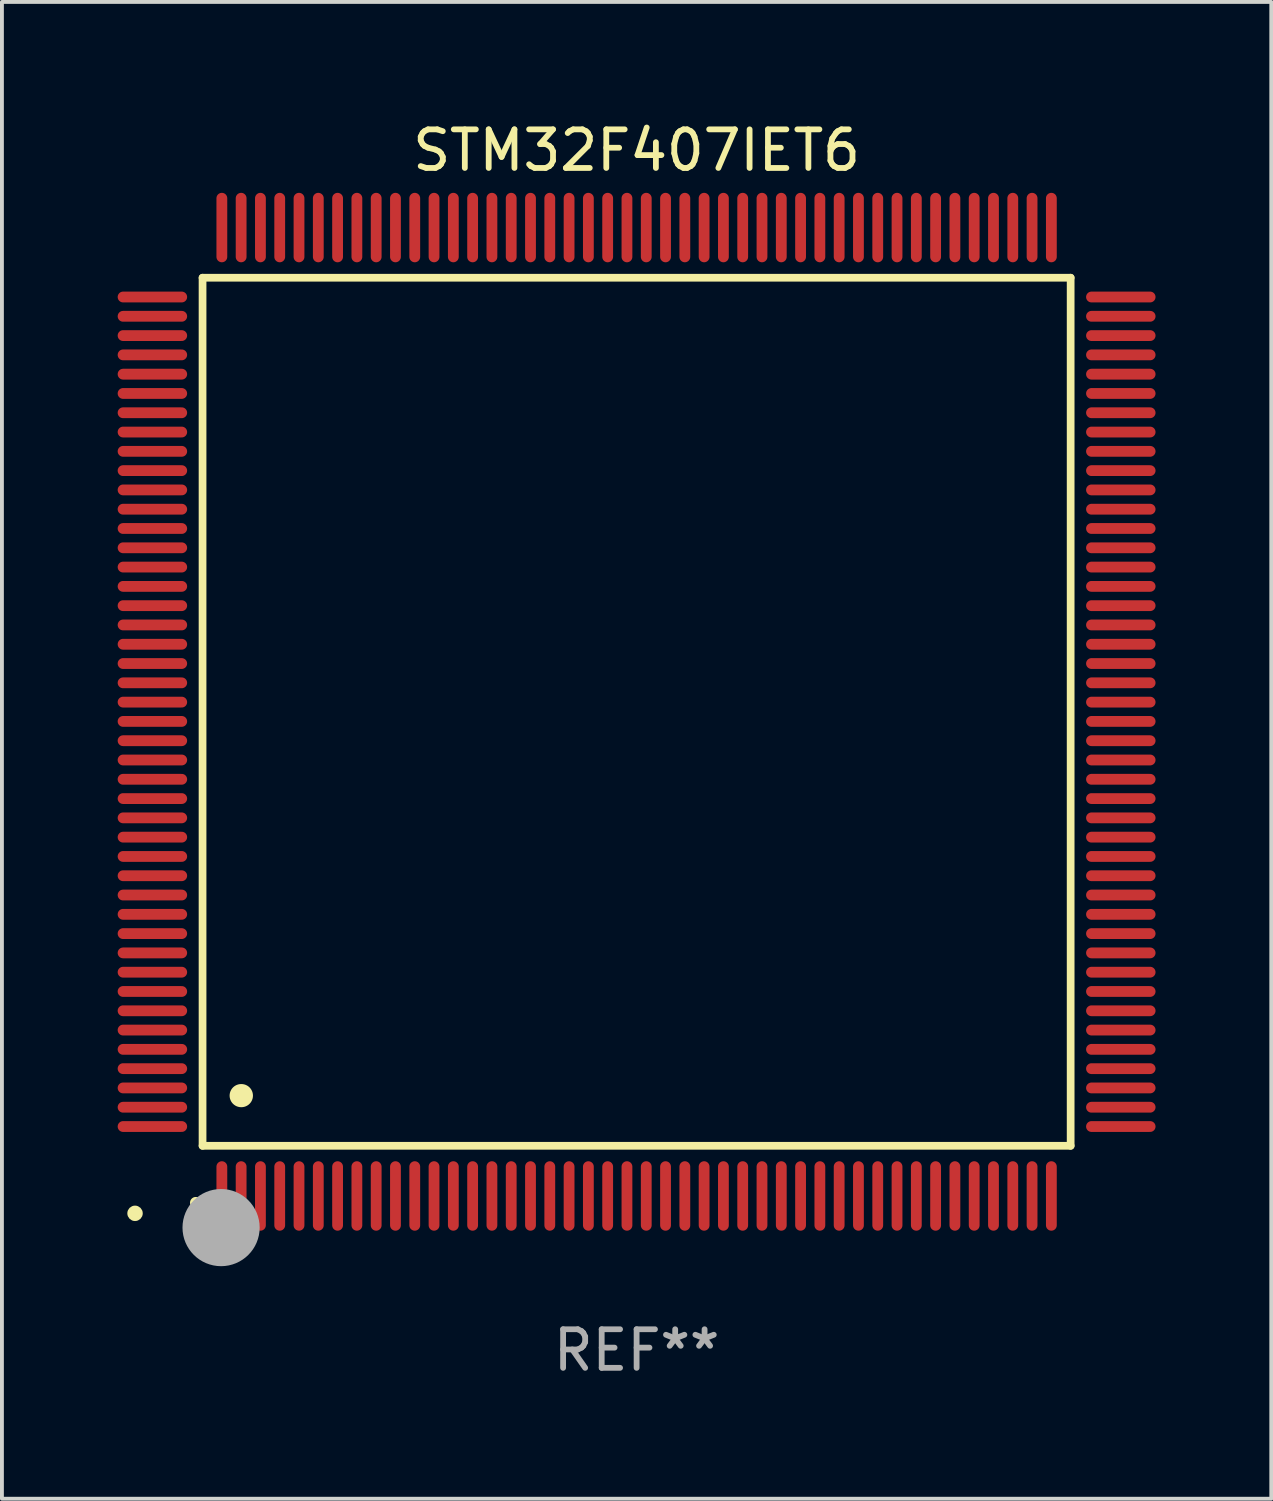
<source format=kicad_pcb>
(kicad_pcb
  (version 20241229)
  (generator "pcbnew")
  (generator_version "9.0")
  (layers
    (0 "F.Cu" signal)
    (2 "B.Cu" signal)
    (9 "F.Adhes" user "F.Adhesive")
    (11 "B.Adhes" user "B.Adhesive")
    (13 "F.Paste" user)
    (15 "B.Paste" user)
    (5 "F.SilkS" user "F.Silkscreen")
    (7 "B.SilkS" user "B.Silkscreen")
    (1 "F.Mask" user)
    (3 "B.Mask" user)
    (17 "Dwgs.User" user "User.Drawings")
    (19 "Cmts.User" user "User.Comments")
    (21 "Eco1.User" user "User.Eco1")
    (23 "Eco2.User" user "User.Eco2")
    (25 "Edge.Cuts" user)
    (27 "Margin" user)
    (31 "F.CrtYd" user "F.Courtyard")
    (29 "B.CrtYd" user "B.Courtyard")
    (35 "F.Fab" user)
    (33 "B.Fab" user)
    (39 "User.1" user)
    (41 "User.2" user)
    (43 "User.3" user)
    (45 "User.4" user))
  (footprint "STM32F407IET6"
    (layer "F.Cu")
    (at 13.45 15.398)
    (property "Reference" "STM32F407IET6" (at 0 -14.55 0) (layer "F.SilkS") (effects (font (size 1 1) (thickness 0.15))))
    (attr through_hole)
    (fp_line (start -11.25 -11.25) (end 11.25 -11.25) (stroke (width 0.2) (type solid)) (layer "F.SilkS"))
    (fp_line (start -11.25 11.25) (end -11.25 -11.25) (stroke (width 0.2) (type solid)) (layer "F.SilkS"))
    (fp_line (start 11.25 -11.25) (end 11.25 11.25) (stroke (width 0.2) (type solid)) (layer "F.SilkS"))
    (fp_line (start 11.25 11.25) (end -11.25 11.25) (stroke (width 0.2) (type solid)) (layer "F.SilkS"))
    (fp_arc (start -11.424943 12.725425) (mid -11.423673 12.72542) (end -11.422403 12.725425) (stroke (width 0.3) (type solid)) (layer "F.SilkS"))
    (fp_arc (start -10.24892 9.9492) (mid -10.24638 9.949189) (end -10.24384 9.9492) (stroke (width 0.6) (type solid)) (layer "F.SilkS"))
    (fp_circle (center -13 13) (end -12.9 13) (stroke (width 0.2) (type solid)) (fill no) (layer "F.SilkS"))
    (fp_circle (center -10.77 13.37) (end -10.27 13.37) (stroke (width 1) (type solid)) (fill no) (layer "F.Fab"))
    (fp_text user "REF**" (at 0 16.55 0) (layer "F.Fab") (effects (font (size 1 1) (thickness 0.15))))
    (pad "1" smd oval (at -10.75 12.55) (size 0.28 1.8) (layers "F.Cu" "F.Mask" "F.Paste"))
    (pad "2" smd oval (at -10.25 12.55) (size 0.28 1.8) (layers "F.Cu" "F.Mask" "F.Paste"))
    (pad "3" smd oval (at -9.75 12.55) (size 0.28 1.8) (layers "F.Cu" "F.Mask" "F.Paste"))
    (pad "4" smd oval (at -9.25 12.55) (size 0.28 1.8) (layers "F.Cu" "F.Mask" "F.Paste"))
    (pad "5" smd oval (at -8.75 12.55) (size 0.28 1.8) (layers "F.Cu" "F.Mask" "F.Paste"))
    (pad "6" smd oval (at -8.25 12.55) (size 0.28 1.8) (layers "F.Cu" "F.Mask" "F.Paste"))
    (pad "7" smd oval (at -7.75 12.55) (size 0.28 1.8) (layers "F.Cu" "F.Mask" "F.Paste"))
    (pad "8" smd oval (at -7.25 12.55) (size 0.28 1.8) (layers "F.Cu" "F.Mask" "F.Paste"))
    (pad "9" smd oval (at -6.75 12.55) (size 0.28 1.8) (layers "F.Cu" "F.Mask" "F.Paste"))
    (pad "10" smd oval (at -6.25 12.55) (size 0.28 1.8) (layers "F.Cu" "F.Mask" "F.Paste"))
    (pad "11" smd oval (at -5.75 12.55) (size 0.28 1.8) (layers "F.Cu" "F.Mask" "F.Paste"))
    (pad "12" smd oval (at -5.25 12.55) (size 0.28 1.8) (layers "F.Cu" "F.Mask" "F.Paste"))
    (pad "13" smd oval (at -4.75 12.55) (size 0.28 1.8) (layers "F.Cu" "F.Mask" "F.Paste"))
    (pad "14" smd oval (at -4.25 12.55) (size 0.28 1.8) (layers "F.Cu" "F.Mask" "F.Paste"))
    (pad "15" smd oval (at -3.75 12.55) (size 0.28 1.8) (layers "F.Cu" "F.Mask" "F.Paste"))
    (pad "16" smd oval (at -3.25 12.55) (size 0.28 1.8) (layers "F.Cu" "F.Mask" "F.Paste"))
    (pad "17" smd oval (at -2.75 12.55) (size 0.28 1.8) (layers "F.Cu" "F.Mask" "F.Paste"))
    (pad "18" smd oval (at -2.25 12.55) (size 0.28 1.8) (layers "F.Cu" "F.Mask" "F.Paste"))
    (pad "19" smd oval (at -1.75 12.55) (size 0.28 1.8) (layers "F.Cu" "F.Mask" "F.Paste"))
    (pad "20" smd oval (at -1.25 12.55) (size 0.28 1.8) (layers "F.Cu" "F.Mask" "F.Paste"))
    (pad "21" smd oval (at -0.75 12.55) (size 0.28 1.8) (layers "F.Cu" "F.Mask" "F.Paste"))
    (pad "22" smd oval (at -0.25 12.55) (size 0.28 1.8) (layers "F.Cu" "F.Mask" "F.Paste"))
    (pad "23" smd oval (at 0.25 12.55) (size 0.28 1.8) (layers "F.Cu" "F.Mask" "F.Paste"))
    (pad "24" smd oval (at 0.75 12.55) (size 0.28 1.8) (layers "F.Cu" "F.Mask" "F.Paste"))
    (pad "25" smd oval (at 1.25 12.55) (size 0.28 1.8) (layers "F.Cu" "F.Mask" "F.Paste"))
    (pad "26" smd oval (at 1.75 12.55) (size 0.28 1.8) (layers "F.Cu" "F.Mask" "F.Paste"))
    (pad "27" smd oval (at 2.25 12.55) (size 0.28 1.8) (layers "F.Cu" "F.Mask" "F.Paste"))
    (pad "28" smd oval (at 2.75 12.55) (size 0.28 1.8) (layers "F.Cu" "F.Mask" "F.Paste"))
    (pad "29" smd oval (at 3.25 12.55) (size 0.28 1.8) (layers "F.Cu" "F.Mask" "F.Paste"))
    (pad "30" smd oval (at 3.75 12.55) (size 0.28 1.8) (layers "F.Cu" "F.Mask" "F.Paste"))
    (pad "31" smd oval (at 4.25 12.55) (size 0.28 1.8) (layers "F.Cu" "F.Mask" "F.Paste"))
    (pad "32" smd oval (at 4.75 12.55) (size 0.28 1.8) (layers "F.Cu" "F.Mask" "F.Paste"))
    (pad "33" smd oval (at 5.25 12.55) (size 0.28 1.8) (layers "F.Cu" "F.Mask" "F.Paste"))
    (pad "34" smd oval (at 5.75 12.55) (size 0.28 1.8) (layers "F.Cu" "F.Mask" "F.Paste"))
    (pad "35" smd oval (at 6.25 12.55) (size 0.28 1.8) (layers "F.Cu" "F.Mask" "F.Paste"))
    (pad "36" smd oval (at 6.75 12.55) (size 0.28 1.8) (layers "F.Cu" "F.Mask" "F.Paste"))
    (pad "37" smd oval (at 7.25 12.55) (size 0.28 1.8) (layers "F.Cu" "F.Mask" "F.Paste"))
    (pad "38" smd oval (at 7.75 12.55) (size 0.28 1.8) (layers "F.Cu" "F.Mask" "F.Paste"))
    (pad "39" smd oval (at 8.25 12.55) (size 0.28 1.8) (layers "F.Cu" "F.Mask" "F.Paste"))
    (pad "40" smd oval (at 8.75 12.55) (size 0.28 1.8) (layers "F.Cu" "F.Mask" "F.Paste"))
    (pad "41" smd oval (at 9.25 12.55) (size 0.28 1.8) (layers "F.Cu" "F.Mask" "F.Paste"))
    (pad "42" smd oval (at 9.75 12.55) (size 0.28 1.8) (layers "F.Cu" "F.Mask" "F.Paste"))
    (pad "43" smd oval (at 10.25 12.55) (size 0.28 1.8) (layers "F.Cu" "F.Mask" "F.Paste"))
    (pad "44" smd oval (at 10.75 12.55) (size 0.28 1.8) (layers "F.Cu" "F.Mask" "F.Paste"))
    (pad "45" smd oval (at 12.55 10.75) (size 1.8 0.28) (layers "F.Cu" "F.Mask" "F.Paste"))
    (pad "46" smd oval (at 12.55 10.25) (size 1.8 0.28) (layers "F.Cu" "F.Mask" "F.Paste"))
    (pad "47" smd oval (at 12.55 9.75) (size 1.8 0.28) (layers "F.Cu" "F.Mask" "F.Paste"))
    (pad "48" smd oval (at 12.55 9.25) (size 1.8 0.28) (layers "F.Cu" "F.Mask" "F.Paste"))
    (pad "49" smd oval (at 12.55 8.75) (size 1.8 0.28) (layers "F.Cu" "F.Mask" "F.Paste"))
    (pad "50" smd oval (at 12.55 8.25) (size 1.8 0.28) (layers "F.Cu" "F.Mask" "F.Paste"))
    (pad "51" smd oval (at 12.55 7.75) (size 1.8 0.28) (layers "F.Cu" "F.Mask" "F.Paste"))
    (pad "52" smd oval (at 12.55 7.25) (size 1.8 0.28) (layers "F.Cu" "F.Mask" "F.Paste"))
    (pad "53" smd oval (at 12.55 6.75) (size 1.8 0.28) (layers "F.Cu" "F.Mask" "F.Paste"))
    (pad "54" smd oval (at 12.55 6.25) (size 1.8 0.28) (layers "F.Cu" "F.Mask" "F.Paste"))
    (pad "55" smd oval (at 12.55 5.75) (size 1.8 0.28) (layers "F.Cu" "F.Mask" "F.Paste"))
    (pad "56" smd oval (at 12.55 5.25) (size 1.8 0.28) (layers "F.Cu" "F.Mask" "F.Paste"))
    (pad "57" smd oval (at 12.55 4.75) (size 1.8 0.28) (layers "F.Cu" "F.Mask" "F.Paste"))
    (pad "58" smd oval (at 12.55 4.25) (size 1.8 0.28) (layers "F.Cu" "F.Mask" "F.Paste"))
    (pad "59" smd oval (at 12.55 3.75) (size 1.8 0.28) (layers "F.Cu" "F.Mask" "F.Paste"))
    (pad "60" smd oval (at 12.55 3.25) (size 1.8 0.28) (layers "F.Cu" "F.Mask" "F.Paste"))
    (pad "61" smd oval (at 12.55 2.75) (size 1.8 0.28) (layers "F.Cu" "F.Mask" "F.Paste"))
    (pad "62" smd oval (at 12.55 2.25) (size 1.8 0.28) (layers "F.Cu" "F.Mask" "F.Paste"))
    (pad "63" smd oval (at 12.55 1.75) (size 1.8 0.28) (layers "F.Cu" "F.Mask" "F.Paste"))
    (pad "64" smd oval (at 12.55 1.25) (size 1.8 0.28) (layers "F.Cu" "F.Mask" "F.Paste"))
    (pad "65" smd oval (at 12.55 0.75) (size 1.8 0.28) (layers "F.Cu" "F.Mask" "F.Paste"))
    (pad "66" smd oval (at 12.55 0.25) (size 1.8 0.28) (layers "F.Cu" "F.Mask" "F.Paste"))
    (pad "67" smd oval (at 12.55 -0.25) (size 1.8 0.28) (layers "F.Cu" "F.Mask" "F.Paste"))
    (pad "68" smd oval (at 12.55 -0.75) (size 1.8 0.28) (layers "F.Cu" "F.Mask" "F.Paste"))
    (pad "69" smd oval (at 12.55 -1.25) (size 1.8 0.28) (layers "F.Cu" "F.Mask" "F.Paste"))
    (pad "70" smd oval (at 12.55 -1.75) (size 1.8 0.28) (layers "F.Cu" "F.Mask" "F.Paste"))
    (pad "71" smd oval (at 12.55 -2.25) (size 1.8 0.28) (layers "F.Cu" "F.Mask" "F.Paste"))
    (pad "72" smd oval (at 12.55 -2.75) (size 1.8 0.28) (layers "F.Cu" "F.Mask" "F.Paste"))
    (pad "73" smd oval (at 12.55 -3.25) (size 1.8 0.28) (layers "F.Cu" "F.Mask" "F.Paste"))
    (pad "74" smd oval (at 12.55 -3.75) (size 1.8 0.28) (layers "F.Cu" "F.Mask" "F.Paste"))
    (pad "75" smd oval (at 12.55 -4.25) (size 1.8 0.28) (layers "F.Cu" "F.Mask" "F.Paste"))
    (pad "76" smd oval (at 12.55 -4.75) (size 1.8 0.28) (layers "F.Cu" "F.Mask" "F.Paste"))
    (pad "77" smd oval (at 12.55 -5.25) (size 1.8 0.28) (layers "F.Cu" "F.Mask" "F.Paste"))
    (pad "78" smd oval (at 12.55 -5.75) (size 1.8 0.28) (layers "F.Cu" "F.Mask" "F.Paste"))
    (pad "79" smd oval (at 12.55 -6.25) (size 1.8 0.28) (layers "F.Cu" "F.Mask" "F.Paste"))
    (pad "80" smd oval (at 12.55 -6.75) (size 1.8 0.28) (layers "F.Cu" "F.Mask" "F.Paste"))
    (pad "81" smd oval (at 12.55 -7.25) (size 1.8 0.28) (layers "F.Cu" "F.Mask" "F.Paste"))
    (pad "82" smd oval (at 12.55 -7.75) (size 1.8 0.28) (layers "F.Cu" "F.Mask" "F.Paste"))
    (pad "83" smd oval (at 12.55 -8.25) (size 1.8 0.28) (layers "F.Cu" "F.Mask" "F.Paste"))
    (pad "84" smd oval (at 12.55 -8.75) (size 1.8 0.28) (layers "F.Cu" "F.Mask" "F.Paste"))
    (pad "85" smd oval (at 12.55 -9.25) (size 1.8 0.28) (layers "F.Cu" "F.Mask" "F.Paste"))
    (pad "86" smd oval (at 12.55 -9.75) (size 1.8 0.28) (layers "F.Cu" "F.Mask" "F.Paste"))
    (pad "87" smd oval (at 12.55 -10.25) (size 1.8 0.28) (layers "F.Cu" "F.Mask" "F.Paste"))
    (pad "88" smd oval (at 12.55 -10.75) (size 1.8 0.28) (layers "F.Cu" "F.Mask" "F.Paste"))
    (pad "89" smd oval (at 10.75 -12.55) (size 0.28 1.8) (layers "F.Cu" "F.Mask" "F.Paste"))
    (pad "90" smd oval (at 10.25 -12.55) (size 0.28 1.8) (layers "F.Cu" "F.Mask" "F.Paste"))
    (pad "91" smd oval (at 9.75 -12.55) (size 0.28 1.8) (layers "F.Cu" "F.Mask" "F.Paste"))
    (pad "92" smd oval (at 9.25 -12.55) (size 0.28 1.8) (layers "F.Cu" "F.Mask" "F.Paste"))
    (pad "93" smd oval (at 8.75 -12.55) (size 0.28 1.8) (layers "F.Cu" "F.Mask" "F.Paste"))
    (pad "94" smd oval (at 8.25 -12.55) (size 0.28 1.8) (layers "F.Cu" "F.Mask" "F.Paste"))
    (pad "95" smd oval (at 7.75 -12.55) (size 0.28 1.8) (layers "F.Cu" "F.Mask" "F.Paste"))
    (pad "96" smd oval (at 7.25 -12.55) (size 0.28 1.8) (layers "F.Cu" "F.Mask" "F.Paste"))
    (pad "97" smd oval (at 6.75 -12.55) (size 0.28 1.8) (layers "F.Cu" "F.Mask" "F.Paste"))
    (pad "98" smd oval (at 6.25 -12.55) (size 0.28 1.8) (layers "F.Cu" "F.Mask" "F.Paste"))
    (pad "99" smd oval (at 5.75 -12.55) (size 0.28 1.8) (layers "F.Cu" "F.Mask" "F.Paste"))
    (pad "100" smd oval (at 5.25 -12.55) (size 0.28 1.8) (layers "F.Cu" "F.Mask" "F.Paste"))
    (pad "101" smd oval (at 4.75 -12.55) (size 0.28 1.8) (layers "F.Cu" "F.Mask" "F.Paste"))
    (pad "102" smd oval (at 4.25 -12.55) (size 0.28 1.8) (layers "F.Cu" "F.Mask" "F.Paste"))
    (pad "103" smd oval (at 3.75 -12.55) (size 0.28 1.8) (layers "F.Cu" "F.Mask" "F.Paste"))
    (pad "104" smd oval (at 3.25 -12.55) (size 0.28 1.8) (layers "F.Cu" "F.Mask" "F.Paste"))
    (pad "105" smd oval (at 2.75 -12.55) (size 0.28 1.8) (layers "F.Cu" "F.Mask" "F.Paste"))
    (pad "106" smd oval (at 2.25 -12.55) (size 0.28 1.8) (layers "F.Cu" "F.Mask" "F.Paste"))
    (pad "107" smd oval (at 1.75 -12.55) (size 0.28 1.8) (layers "F.Cu" "F.Mask" "F.Paste"))
    (pad "108" smd oval (at 1.25 -12.55) (size 0.28 1.8) (layers "F.Cu" "F.Mask" "F.Paste"))
    (pad "109" smd oval (at 0.75 -12.55) (size 0.28 1.8) (layers "F.Cu" "F.Mask" "F.Paste"))
    (pad "110" smd oval (at 0.25 -12.55) (size 0.28 1.8) (layers "F.Cu" "F.Mask" "F.Paste"))
    (pad "111" smd oval (at -0.25 -12.55) (size 0.28 1.8) (layers "F.Cu" "F.Mask" "F.Paste"))
    (pad "112" smd oval (at -0.75 -12.55) (size 0.28 1.8) (layers "F.Cu" "F.Mask" "F.Paste"))
    (pad "113" smd oval (at -1.25 -12.55) (size 0.28 1.8) (layers "F.Cu" "F.Mask" "F.Paste"))
    (pad "114" smd oval (at -1.75 -12.55) (size 0.28 1.8) (layers "F.Cu" "F.Mask" "F.Paste"))
    (pad "115" smd oval (at -2.25 -12.55) (size 0.28 1.8) (layers "F.Cu" "F.Mask" "F.Paste"))
    (pad "116" smd oval (at -2.75 -12.55) (size 0.28 1.8) (layers "F.Cu" "F.Mask" "F.Paste"))
    (pad "117" smd oval (at -3.25 -12.55) (size 0.28 1.8) (layers "F.Cu" "F.Mask" "F.Paste"))
    (pad "118" smd oval (at -3.75 -12.55) (size 0.28 1.8) (layers "F.Cu" "F.Mask" "F.Paste"))
    (pad "119" smd oval (at -4.25 -12.55) (size 0.28 1.8) (layers "F.Cu" "F.Mask" "F.Paste"))
    (pad "120" smd oval (at -4.75 -12.55) (size 0.28 1.8) (layers "F.Cu" "F.Mask" "F.Paste"))
    (pad "121" smd oval (at -5.25 -12.55) (size 0.28 1.8) (layers "F.Cu" "F.Mask" "F.Paste"))
    (pad "122" smd oval (at -5.75 -12.55) (size 0.28 1.8) (layers "F.Cu" "F.Mask" "F.Paste"))
    (pad "123" smd oval (at -6.25 -12.55) (size 0.28 1.8) (layers "F.Cu" "F.Mask" "F.Paste"))
    (pad "124" smd oval (at -6.75 -12.55) (size 0.28 1.8) (layers "F.Cu" "F.Mask" "F.Paste"))
    (pad "125" smd oval (at -7.25 -12.55) (size 0.28 1.8) (layers "F.Cu" "F.Mask" "F.Paste"))
    (pad "126" smd oval (at -7.75 -12.55) (size 0.28 1.8) (layers "F.Cu" "F.Mask" "F.Paste"))
    (pad "127" smd oval (at -8.25 -12.55) (size 0.28 1.8) (layers "F.Cu" "F.Mask" "F.Paste"))
    (pad "128" smd oval (at -8.75 -12.55) (size 0.28 1.8) (layers "F.Cu" "F.Mask" "F.Paste"))
    (pad "129" smd oval (at -9.25 -12.55) (size 0.28 1.8) (layers "F.Cu" "F.Mask" "F.Paste"))
    (pad "130" smd oval (at -9.75 -12.55) (size 0.28 1.8) (layers "F.Cu" "F.Mask" "F.Paste"))
    (pad "131" smd oval (at -10.25 -12.55) (size 0.28 1.8) (layers "F.Cu" "F.Mask" "F.Paste"))
    (pad "132" smd oval (at -10.75 -12.55) (size 0.28 1.8) (layers "F.Cu" "F.Mask" "F.Paste"))
    (pad "133" smd oval (at -12.55 -10.75) (size 1.8 0.28) (layers "F.Cu" "F.Mask" "F.Paste"))
    (pad "134" smd oval (at -12.55 -10.25) (size 1.8 0.28) (layers "F.Cu" "F.Mask" "F.Paste"))
    (pad "135" smd oval (at -12.55 -9.75) (size 1.8 0.28) (layers "F.Cu" "F.Mask" "F.Paste"))
    (pad "136" smd oval (at -12.55 -9.25) (size 1.8 0.28) (layers "F.Cu" "F.Mask" "F.Paste"))
    (pad "137" smd oval (at -12.55 -8.75) (size 1.8 0.28) (layers "F.Cu" "F.Mask" "F.Paste"))
    (pad "138" smd oval (at -12.55 -8.25) (size 1.8 0.28) (layers "F.Cu" "F.Mask" "F.Paste"))
    (pad "139" smd oval (at -12.55 -7.75) (size 1.8 0.28) (layers "F.Cu" "F.Mask" "F.Paste"))
    (pad "140" smd oval (at -12.55 -7.25) (size 1.8 0.28) (layers "F.Cu" "F.Mask" "F.Paste"))
    (pad "141" smd oval (at -12.55 -6.75) (size 1.8 0.28) (layers "F.Cu" "F.Mask" "F.Paste"))
    (pad "142" smd oval (at -12.55 -6.25) (size 1.8 0.28) (layers "F.Cu" "F.Mask" "F.Paste"))
    (pad "143" smd oval (at -12.55 -5.75) (size 1.8 0.28) (layers "F.Cu" "F.Mask" "F.Paste"))
    (pad "144" smd oval (at -12.55 -5.25) (size 1.8 0.28) (layers "F.Cu" "F.Mask" "F.Paste"))
    (pad "145" smd oval (at -12.55 -4.75) (size 1.8 0.28) (layers "F.Cu" "F.Mask" "F.Paste"))
    (pad "146" smd oval (at -12.55 -4.25) (size 1.8 0.28) (layers "F.Cu" "F.Mask" "F.Paste"))
    (pad "147" smd oval (at -12.55 -3.75) (size 1.8 0.28) (layers "F.Cu" "F.Mask" "F.Paste"))
    (pad "148" smd oval (at -12.55 -3.25) (size 1.8 0.28) (layers "F.Cu" "F.Mask" "F.Paste"))
    (pad "149" smd oval (at -12.55 -2.75) (size 1.8 0.28) (layers "F.Cu" "F.Mask" "F.Paste"))
    (pad "150" smd oval (at -12.55 -2.25) (size 1.8 0.28) (layers "F.Cu" "F.Mask" "F.Paste"))
    (pad "151" smd oval (at -12.55 -1.75) (size 1.8 0.28) (layers "F.Cu" "F.Mask" "F.Paste"))
    (pad "152" smd oval (at -12.55 -1.25) (size 1.8 0.28) (layers "F.Cu" "F.Mask" "F.Paste"))
    (pad "153" smd oval (at -12.55 -0.75) (size 1.8 0.28) (layers "F.Cu" "F.Mask" "F.Paste"))
    (pad "154" smd oval (at -12.55 -0.25) (size 1.8 0.28) (layers "F.Cu" "F.Mask" "F.Paste"))
    (pad "155" smd oval (at -12.55 0.25) (size 1.8 0.28) (layers "F.Cu" "F.Mask" "F.Paste"))
    (pad "156" smd oval (at -12.55 0.75) (size 1.8 0.28) (layers "F.Cu" "F.Mask" "F.Paste"))
    (pad "157" smd oval (at -12.55 1.25) (size 1.8 0.28) (layers "F.Cu" "F.Mask" "F.Paste"))
    (pad "158" smd oval (at -12.55 1.75) (size 1.8 0.28) (layers "F.Cu" "F.Mask" "F.Paste"))
    (pad "159" smd oval (at -12.55 2.25) (size 1.8 0.28) (layers "F.Cu" "F.Mask" "F.Paste"))
    (pad "160" smd oval (at -12.55 2.75) (size 1.8 0.28) (layers "F.Cu" "F.Mask" "F.Paste"))
    (pad "161" smd oval (at -12.55 3.25) (size 1.8 0.28) (layers "F.Cu" "F.Mask" "F.Paste"))
    (pad "162" smd oval (at -12.55 3.75) (size 1.8 0.28) (layers "F.Cu" "F.Mask" "F.Paste"))
    (pad "163" smd oval (at -12.55 4.25) (size 1.8 0.28) (layers "F.Cu" "F.Mask" "F.Paste"))
    (pad "164" smd oval (at -12.55 4.75) (size 1.8 0.28) (layers "F.Cu" "F.Mask" "F.Paste"))
    (pad "165" smd oval (at -12.55 5.25) (size 1.8 0.28) (layers "F.Cu" "F.Mask" "F.Paste"))
    (pad "166" smd oval (at -12.55 5.75) (size 1.8 0.28) (layers "F.Cu" "F.Mask" "F.Paste"))
    (pad "167" smd oval (at -12.55 6.25) (size 1.8 0.28) (layers "F.Cu" "F.Mask" "F.Paste"))
    (pad "168" smd oval (at -12.55 6.75) (size 1.8 0.28) (layers "F.Cu" "F.Mask" "F.Paste"))
    (pad "169" smd oval (at -12.55 7.25) (size 1.8 0.28) (layers "F.Cu" "F.Mask" "F.Paste"))
    (pad "170" smd oval (at -12.55 7.75) (size 1.8 0.28) (layers "F.Cu" "F.Mask" "F.Paste"))
    (pad "171" smd oval (at -12.55 8.25) (size 1.8 0.28) (layers "F.Cu" "F.Mask" "F.Paste"))
    (pad "172" smd oval (at -12.55 8.75) (size 1.8 0.28) (layers "F.Cu" "F.Mask" "F.Paste"))
    (pad "173" smd oval (at -12.55 9.25) (size 1.8 0.28) (layers "F.Cu" "F.Mask" "F.Paste"))
    (pad "174" smd oval (at -12.55 9.75) (size 1.8 0.28) (layers "F.Cu" "F.Mask" "F.Paste"))
    (pad "175" smd oval (at -12.55 10.25) (size 1.8 0.28) (layers "F.Cu" "F.Mask" "F.Paste"))
    (pad "176" smd oval (at -12.55 10.75) (size 1.8 0.28) (layers "F.Cu" "F.Mask" "F.Paste")))
  (gr_rect
    (start -3 -3)
    (end 29.9 35.796)
    (stroke (width 0.1) (type default))
    (fill no)
    (layer "Edge.Cuts")))
</source>
